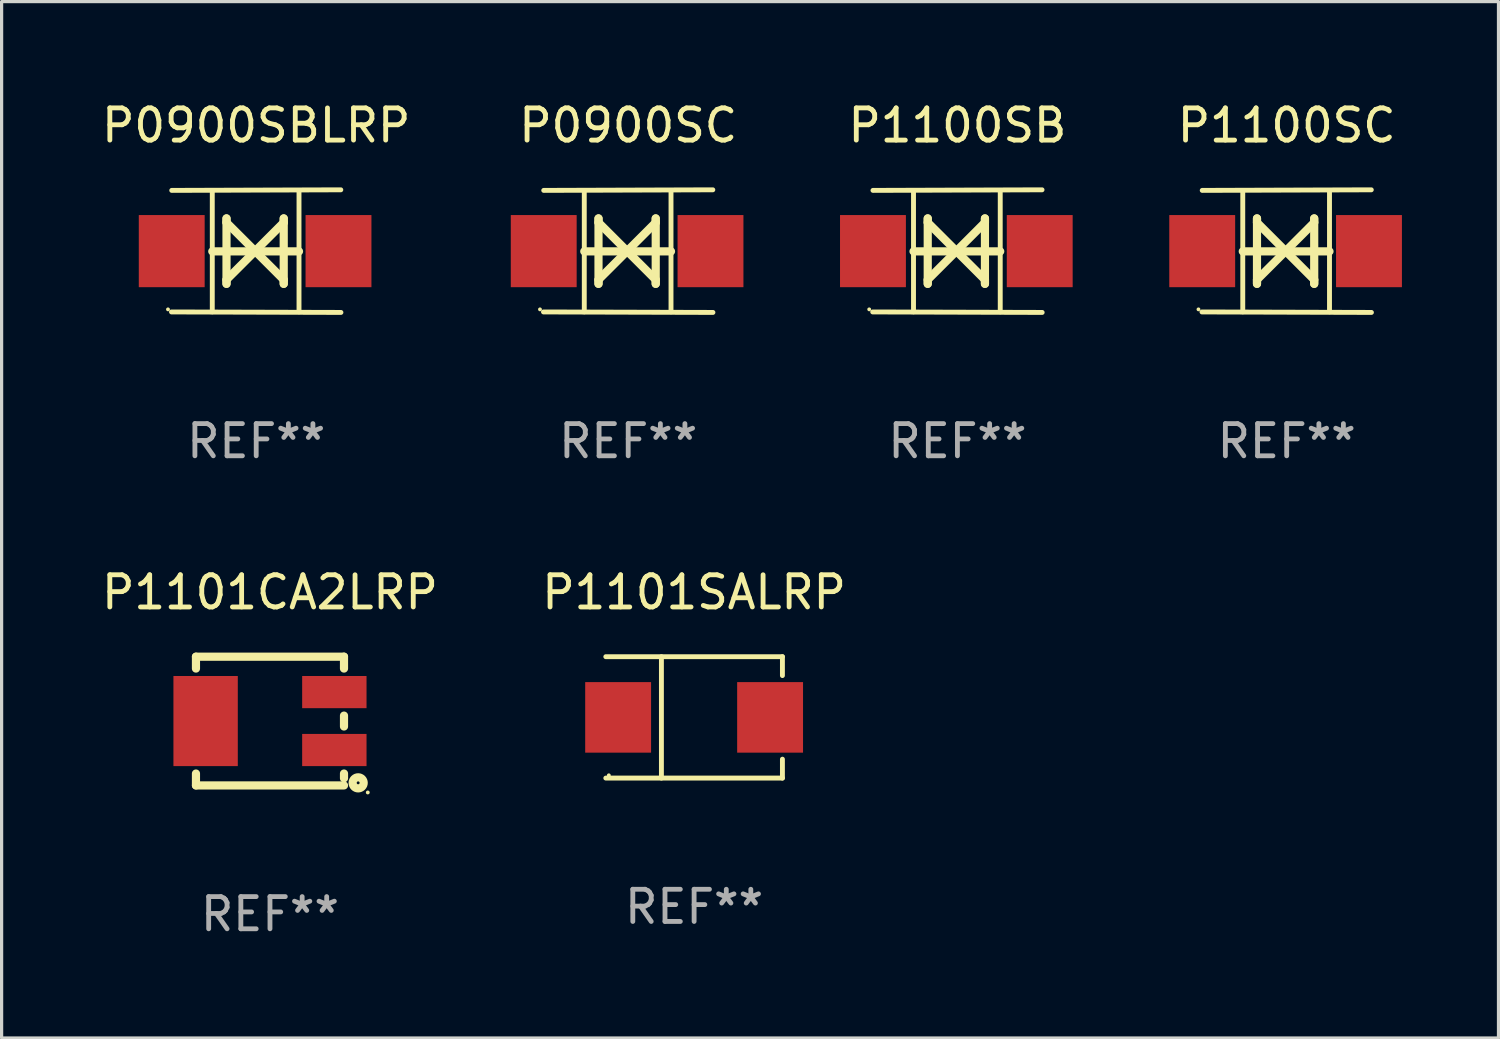
<source format=kicad_pcb>
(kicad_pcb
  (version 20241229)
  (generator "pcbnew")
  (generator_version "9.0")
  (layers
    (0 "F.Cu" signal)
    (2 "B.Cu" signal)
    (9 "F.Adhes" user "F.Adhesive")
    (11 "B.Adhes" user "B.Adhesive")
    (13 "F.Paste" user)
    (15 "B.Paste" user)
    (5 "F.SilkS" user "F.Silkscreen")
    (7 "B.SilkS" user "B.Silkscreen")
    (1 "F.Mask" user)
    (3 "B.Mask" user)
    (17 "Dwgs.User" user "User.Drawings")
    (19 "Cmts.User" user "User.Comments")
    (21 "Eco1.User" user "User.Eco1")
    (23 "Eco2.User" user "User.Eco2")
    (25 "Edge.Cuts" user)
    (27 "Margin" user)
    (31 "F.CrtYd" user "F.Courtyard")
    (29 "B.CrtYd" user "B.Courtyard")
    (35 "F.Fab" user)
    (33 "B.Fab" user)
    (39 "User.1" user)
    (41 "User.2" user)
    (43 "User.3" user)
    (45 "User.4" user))
  (footprint "P1101CA2LRP"
    (layer "F.Cu")
    (at 5.339 19.355)
    (property "Reference" "P1101CA2LRP" (at 0 -4 0) (layer "F.SilkS") (effects (font (size 1 1) (thickness 0.15))))
    (attr through_hole)
    (fp_line (start -2.3 -2) (end -2.3 -1.631) (stroke (width 0.254) (type solid)) (layer "F.SilkS"))
    (fp_line (start -2.3 -2) (end 2.3 -2) (stroke (width 0.254) (type solid)) (layer "F.SilkS"))
    (fp_line (start -2.3 1.631) (end -2.3 2) (stroke (width 0.254) (type solid)) (layer "F.SilkS"))
    (fp_line (start -2.3 2) (end 2.3 2) (stroke (width 0.254) (type solid)) (layer "F.SilkS"))
    (fp_line (start 2.3 -2) (end 2.3 -1.631) (stroke (width 0.254) (type solid)) (layer "F.SilkS"))
    (fp_line (start 2.3 -0.169) (end 2.3 0.169) (stroke (width 0.254) (type solid)) (layer "F.SilkS"))
    (fp_line (start 2.3 1.631) (end 2.3 1.778) (stroke (width 0.254) (type solid)) (layer "F.SilkS"))
    (fp_circle (center 2.74 1.92) (end 2.912 1.92) (stroke (width 0.254) (type solid)) (fill no) (layer "F.SilkS"))
    (fp_circle (center 3.039 2.219) (end 3.069 2.219) (stroke (width 0.06) (type solid)) (fill no) (layer "F.SilkS"))
    (fp_text user "REF**" (at 0 6 0) (layer "F.Fab") (effects (font (size 1 1) (thickness 0.15))))
    (pad "1" smd rect (at 2 0.9 90) (size 1 2) (layers "F.Cu" "F.Mask" "F.Paste"))
    (pad "2" smd rect (at -2 0 270) (size 2.8 2) (layers "F.Cu" "F.Mask" "F.Paste"))
    (pad "3" smd rect (at 2 -0.9 270) (size 1 2) (layers "F.Cu" "F.Mask" "F.Paste")))
  (footprint "P0900SC"
    (layer "F.Cu")
    (at 16.47 4.753)
    (property "Reference" "P0900SC" (at 0 -3.905 0) (layer "F.SilkS") (effects (font (size 1 1) (thickness 0.15))))
    (attr through_hole)
    (fp_line (start -1.365 1.886) (end -1.365 -1.886) (stroke (width 0.152) (type solid)) (layer "F.SilkS"))
    (fp_line (start -1.365 0.008) (end 1.33 0.008) (stroke (width 0.254) (type solid)) (layer "F.SilkS"))
    (fp_line (start -0.923 -1.016) (end -0.923 1.016) (stroke (width 0.254) (type solid)) (layer "F.SilkS"))
    (fp_line (start -0.923 -0.889) (end -0.923 -1.016) (stroke (width 0.254) (type solid)) (layer "F.SilkS"))
    (fp_line (start -0.923 0.889) (end -0.034 0) (stroke (width 0.254) (type solid)) (layer "F.SilkS"))
    (fp_line (start -0.923 1.016) (end -0.923 0.889) (stroke (width 0.254) (type solid)) (layer "F.SilkS"))
    (fp_line (start -0.034 0) (end -0.923 -0.889) (stroke (width 0.254) (type solid)) (layer "F.SilkS"))
    (fp_line (start -0.034 0) (end 0.855 0.889) (stroke (width 0.254) (type solid)) (layer "F.SilkS"))
    (fp_line (start 0.855 -1.016) (end 0.855 -0.889) (stroke (width 0.254) (type solid)) (layer "F.SilkS"))
    (fp_line (start 0.855 -0.889) (end -0.034 0) (stroke (width 0.254) (type solid)) (layer "F.SilkS"))
    (fp_line (start 0.855 0.889) (end 0.855 1.016) (stroke (width 0.254) (type solid)) (layer "F.SilkS"))
    (fp_line (start 0.855 1.016) (end 0.855 -1.016) (stroke (width 0.254) (type solid)) (layer "F.SilkS"))
    (fp_line (start 1.33 1.886) (end 1.33 -1.886) (stroke (width 0.152) (type solid)) (layer "F.SilkS"))
    (fp_line (start 2.629 -1.905) (end -2.625 -1.887) (stroke (width 0.152) (type solid)) (layer "F.SilkS"))
    (fp_line (start 2.633 1.905) (end -2.633 1.89) (stroke (width 0.152) (type solid)) (layer "F.SilkS"))
    (fp_circle (center -2.741 1.81) (end -2.711 1.81) (stroke (width 0.06) (type solid)) (fill no) (layer "F.SilkS"))
    (fp_text user "REF**" (at 0 5.905 0) (layer "F.Fab") (effects (font (size 1 1) (thickness 0.15))))
    (pad "1" smd rect (at -2.625 0) (size 2.047 2.241) (layers "F.Cu" "F.Mask" "F.Paste"))
    (pad "2" smd rect (at 2.557 0) (size 2.047 2.241) (layers "F.Cu" "F.Mask" "F.Paste")))
  (footprint "P1100SB"
    (layer "F.Cu")
    (at 26.7 4.753)
    (property "Reference" "P1100SB" (at 0 -3.905 0) (layer "F.SilkS") (effects (font (size 1 1) (thickness 0.15))))
    (attr through_hole)
    (fp_line (start -1.365 1.886) (end -1.365 -1.886) (stroke (width 0.152) (type solid)) (layer "F.SilkS"))
    (fp_line (start -1.365 0.008) (end 1.33 0.008) (stroke (width 0.254) (type solid)) (layer "F.SilkS"))
    (fp_line (start -0.923 -1.016) (end -0.923 1.016) (stroke (width 0.254) (type solid)) (layer "F.SilkS"))
    (fp_line (start -0.923 -0.889) (end -0.923 -1.016) (stroke (width 0.254) (type solid)) (layer "F.SilkS"))
    (fp_line (start -0.923 0.889) (end -0.034 0) (stroke (width 0.254) (type solid)) (layer "F.SilkS"))
    (fp_line (start -0.923 1.016) (end -0.923 0.889) (stroke (width 0.254) (type solid)) (layer "F.SilkS"))
    (fp_line (start -0.034 0) (end -0.923 -0.889) (stroke (width 0.254) (type solid)) (layer "F.SilkS"))
    (fp_line (start -0.034 0) (end 0.855 0.889) (stroke (width 0.254) (type solid)) (layer "F.SilkS"))
    (fp_line (start 0.855 -1.016) (end 0.855 -0.889) (stroke (width 0.254) (type solid)) (layer "F.SilkS"))
    (fp_line (start 0.855 -0.889) (end -0.034 0) (stroke (width 0.254) (type solid)) (layer "F.SilkS"))
    (fp_line (start 0.855 0.889) (end 0.855 1.016) (stroke (width 0.254) (type solid)) (layer "F.SilkS"))
    (fp_line (start 0.855 1.016) (end 0.855 -1.016) (stroke (width 0.254) (type solid)) (layer "F.SilkS"))
    (fp_line (start 1.33 1.886) (end 1.33 -1.886) (stroke (width 0.152) (type solid)) (layer "F.SilkS"))
    (fp_line (start 2.629 -1.905) (end -2.625 -1.887) (stroke (width 0.152) (type solid)) (layer "F.SilkS"))
    (fp_line (start 2.633 1.905) (end -2.633 1.89) (stroke (width 0.152) (type solid)) (layer "F.SilkS"))
    (fp_circle (center -2.741 1.81) (end -2.711 1.81) (stroke (width 0.06) (type solid)) (fill no) (layer "F.SilkS"))
    (fp_text user "REF**" (at 0 5.905 0) (layer "F.Fab") (effects (font (size 1 1) (thickness 0.15))))
    (pad "1" smd rect (at -2.625 0) (size 2.047 2.241) (layers "F.Cu" "F.Mask" "F.Paste"))
    (pad "2" smd rect (at 2.557 0) (size 2.047 2.241) (layers "F.Cu" "F.Mask" "F.Paste")))
  (footprint "P0900SBLRP"
    (layer "F.Cu")
    (at 4.911 4.753)
    (property "Reference" "P0900SBLRP" (at 0 -3.905 0) (layer "F.SilkS") (effects (font (size 1 1) (thickness 0.15))))
    (attr through_hole)
    (fp_line (start -1.365 1.886) (end -1.365 -1.886) (stroke (width 0.152) (type solid)) (layer "F.SilkS"))
    (fp_line (start -1.365 0.008) (end 1.33 0.008) (stroke (width 0.254) (type solid)) (layer "F.SilkS"))
    (fp_line (start -0.923 -1.016) (end -0.923 1.016) (stroke (width 0.254) (type solid)) (layer "F.SilkS"))
    (fp_line (start -0.923 -0.889) (end -0.923 -1.016) (stroke (width 0.254) (type solid)) (layer "F.SilkS"))
    (fp_line (start -0.923 0.889) (end -0.034 0) (stroke (width 0.254) (type solid)) (layer "F.SilkS"))
    (fp_line (start -0.923 1.016) (end -0.923 0.889) (stroke (width 0.254) (type solid)) (layer "F.SilkS"))
    (fp_line (start -0.034 0) (end -0.923 -0.889) (stroke (width 0.254) (type solid)) (layer "F.SilkS"))
    (fp_line (start -0.034 0) (end 0.855 0.889) (stroke (width 0.254) (type solid)) (layer "F.SilkS"))
    (fp_line (start 0.855 -1.016) (end 0.855 -0.889) (stroke (width 0.254) (type solid)) (layer "F.SilkS"))
    (fp_line (start 0.855 -0.889) (end -0.034 0) (stroke (width 0.254) (type solid)) (layer "F.SilkS"))
    (fp_line (start 0.855 0.889) (end 0.855 1.016) (stroke (width 0.254) (type solid)) (layer "F.SilkS"))
    (fp_line (start 0.855 1.016) (end 0.855 -1.016) (stroke (width 0.254) (type solid)) (layer "F.SilkS"))
    (fp_line (start 1.33 1.886) (end 1.33 -1.886) (stroke (width 0.152) (type solid)) (layer "F.SilkS"))
    (fp_line (start 2.629 -1.905) (end -2.625 -1.887) (stroke (width 0.152) (type solid)) (layer "F.SilkS"))
    (fp_line (start 2.633 1.905) (end -2.633 1.89) (stroke (width 0.152) (type solid)) (layer "F.SilkS"))
    (fp_circle (center -2.741 1.81) (end -2.711 1.81) (stroke (width 0.06) (type solid)) (fill no) (layer "F.SilkS"))
    (fp_text user "REF**" (at 0 5.905 0) (layer "F.Fab") (effects (font (size 1 1) (thickness 0.15))))
    (pad "1" smd rect (at -2.625 0) (size 2.047 2.241) (layers "F.Cu" "F.Mask" "F.Paste"))
    (pad "2" smd rect (at 2.557 0) (size 2.047 2.241) (layers "F.Cu" "F.Mask" "F.Paste")))
  (footprint "P1100SC"
    (layer "F.Cu")
    (at 36.931 4.753)
    (property "Reference" "P1100SC" (at 0 -3.905 0) (layer "F.SilkS") (effects (font (size 1 1) (thickness 0.15))))
    (attr through_hole)
    (fp_line (start -1.365 1.886) (end -1.365 -1.886) (stroke (width 0.152) (type solid)) (layer "F.SilkS"))
    (fp_line (start -1.365 0.008) (end 1.33 0.008) (stroke (width 0.254) (type solid)) (layer "F.SilkS"))
    (fp_line (start -0.923 -1.016) (end -0.923 1.016) (stroke (width 0.254) (type solid)) (layer "F.SilkS"))
    (fp_line (start -0.923 -0.889) (end -0.923 -1.016) (stroke (width 0.254) (type solid)) (layer "F.SilkS"))
    (fp_line (start -0.923 0.889) (end -0.034 0) (stroke (width 0.254) (type solid)) (layer "F.SilkS"))
    (fp_line (start -0.923 1.016) (end -0.923 0.889) (stroke (width 0.254) (type solid)) (layer "F.SilkS"))
    (fp_line (start -0.034 0) (end -0.923 -0.889) (stroke (width 0.254) (type solid)) (layer "F.SilkS"))
    (fp_line (start -0.034 0) (end 0.855 0.889) (stroke (width 0.254) (type solid)) (layer "F.SilkS"))
    (fp_line (start 0.855 -1.016) (end 0.855 -0.889) (stroke (width 0.254) (type solid)) (layer "F.SilkS"))
    (fp_line (start 0.855 -0.889) (end -0.034 0) (stroke (width 0.254) (type solid)) (layer "F.SilkS"))
    (fp_line (start 0.855 0.889) (end 0.855 1.016) (stroke (width 0.254) (type solid)) (layer "F.SilkS"))
    (fp_line (start 0.855 1.016) (end 0.855 -1.016) (stroke (width 0.254) (type solid)) (layer "F.SilkS"))
    (fp_line (start 1.33 1.886) (end 1.33 -1.886) (stroke (width 0.152) (type solid)) (layer "F.SilkS"))
    (fp_line (start 2.629 -1.905) (end -2.625 -1.887) (stroke (width 0.152) (type solid)) (layer "F.SilkS"))
    (fp_line (start 2.633 1.905) (end -2.633 1.89) (stroke (width 0.152) (type solid)) (layer "F.SilkS"))
    (fp_circle (center -2.741 1.81) (end -2.711 1.81) (stroke (width 0.06) (type solid)) (fill no) (layer "F.SilkS"))
    (fp_text user "REF**" (at 0 5.905 0) (layer "F.Fab") (effects (font (size 1 1) (thickness 0.15))))
    (pad "1" smd rect (at -2.625 0) (size 2.047 2.241) (layers "F.Cu" "F.Mask" "F.Paste"))
    (pad "2" smd rect (at 2.557 0) (size 2.047 2.241) (layers "F.Cu" "F.Mask" "F.Paste")))
  (footprint "P1101SALRP"
    (layer "F.Cu")
    (at 18.518 19.241)
    (property "Reference" "P1101SALRP" (at 0 -3.886 0) (layer "F.SilkS") (effects (font (size 1 1) (thickness 0.15))))
    (attr through_hole)
    (fp_line (start -2.744 -1.886) (end 2.744 -1.886) (stroke (width 0.152) (type solid)) (layer "F.SilkS"))
    (fp_line (start -2.744 1.886) (end 2.744 1.886) (stroke (width 0.152) (type solid)) (layer "F.SilkS"))
    (fp_line (start -1.016 -1.886) (end -1.016 1.886) (stroke (width 0.152) (type solid)) (layer "F.SilkS"))
    (fp_line (start 2.744 -1.886) (end 2.744 -1.299) (stroke (width 0.152) (type solid)) (layer "F.SilkS"))
    (fp_line (start 2.744 1.886) (end 2.744 1.299) (stroke (width 0.152) (type solid)) (layer "F.SilkS"))
    (fp_circle (center -2.65 1.8) (end -2.62 1.8) (stroke (width 0.06) (type solid)) (fill no) (layer "F.SilkS"))
    (fp_text user "REF**" (at 0 5.886 0) (layer "F.Fab") (effects (font (size 1 1) (thickness 0.15))))
    (pad "1" smd rect (at -2.361 0) (size 2.047 2.192) (layers "F.Cu" "F.Mask" "F.Paste"))
    (pad "2" smd rect (at 2.361 0) (size 2.047 2.192) (layers "F.Cu" "F.Mask" "F.Paste")))
  (gr_rect
    (start -3 -3)
    (end 43.512 29.203)
    (stroke (width 0.1) (type default))
    (fill no)
    (layer "Edge.Cuts")))
</source>
